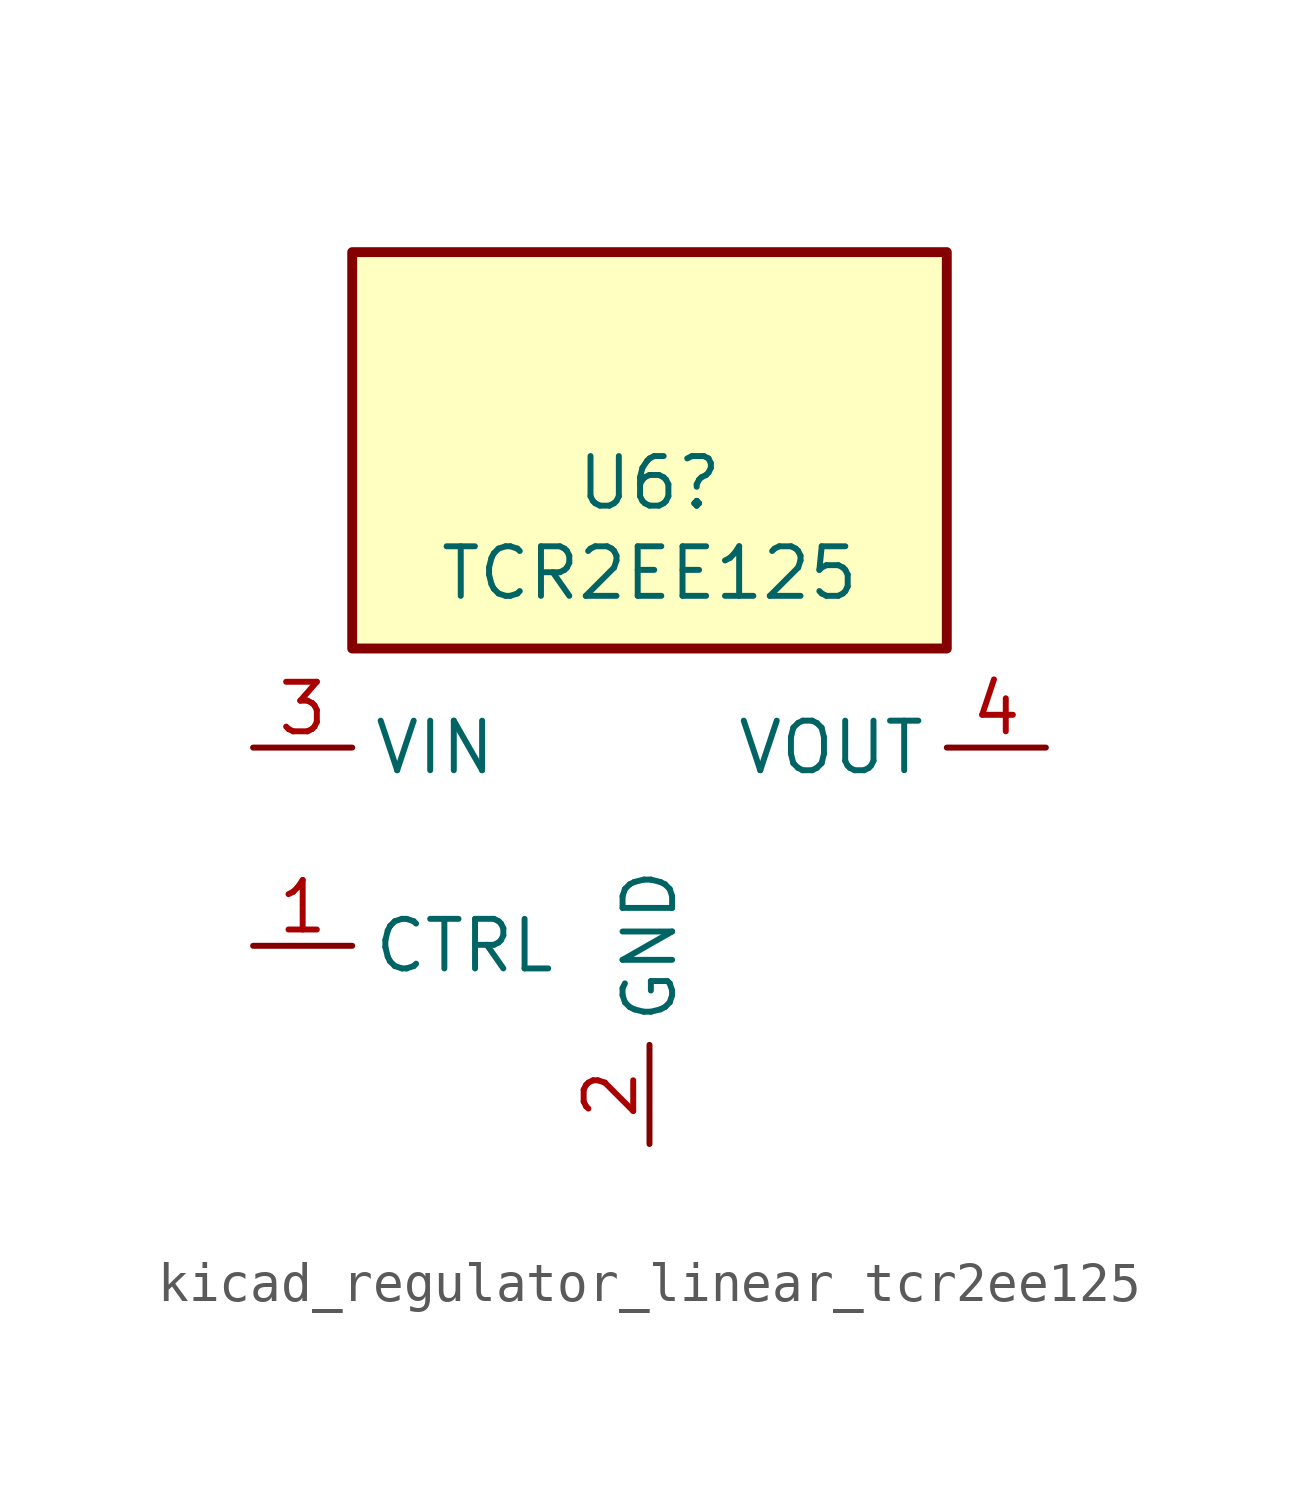
<source format=kicad_sym>
(kicad_symbol_lib
  (version 20220914)
  (generator kicad_symbol_editor)
  (symbol "kicad_regulator_linear_tcr2ee125"
    (property "Reference" "U6"
      (at 0 9.322 0)
      (effects (font (size 1.27 1.27))))
    (property "Value" "TCR2EE125"
      (at 0 7.01 0)
      (effects (font (size 1.27 1.27))))
    (symbol "kicad_regulator_linear_tcr2ee125_0_1"
      (rectangle (start 7.62 15.24) (end -7.62 5.08) (stroke (width 0.254) (type default)) (fill (type background))))
    (symbol "kicad_regulator_linear_tcr2ee125_1_1"
      (pin input line (at -10.16 -2.54 0) (length 2.54) (name "CTRL" (effects (font (size 1.27 1.27)))) (number "1" (effects (font (size 1.27 1.27)))))
      (pin power_in line (at 0 -7.62 90) (length 2.54) (name "GND" (effects (font (size 1.27 1.27)))) (number "2" (effects (font (size 1.27 1.27)))))
      (pin power_in line (at -10.16 2.54 0) (length 2.54) (name "VIN" (effects (font (size 1.27 1.27)))) (number "3" (effects (font (size 1.27 1.27)))))
      (pin power_out line (at 10.16 2.54 180) (length 2.54) (name "VOUT" (effects (font (size 1.27 1.27)))) (number "4" (effects (font (size 1.27 1.27)))))
      (pin no_connect line (at 7.62 -2.54 180) (length 2.54) hide (name "NC" (effects (font (size 1.27 1.27)))) (number "5" (effects (font (size 1.27 1.27))))))))
</source>
